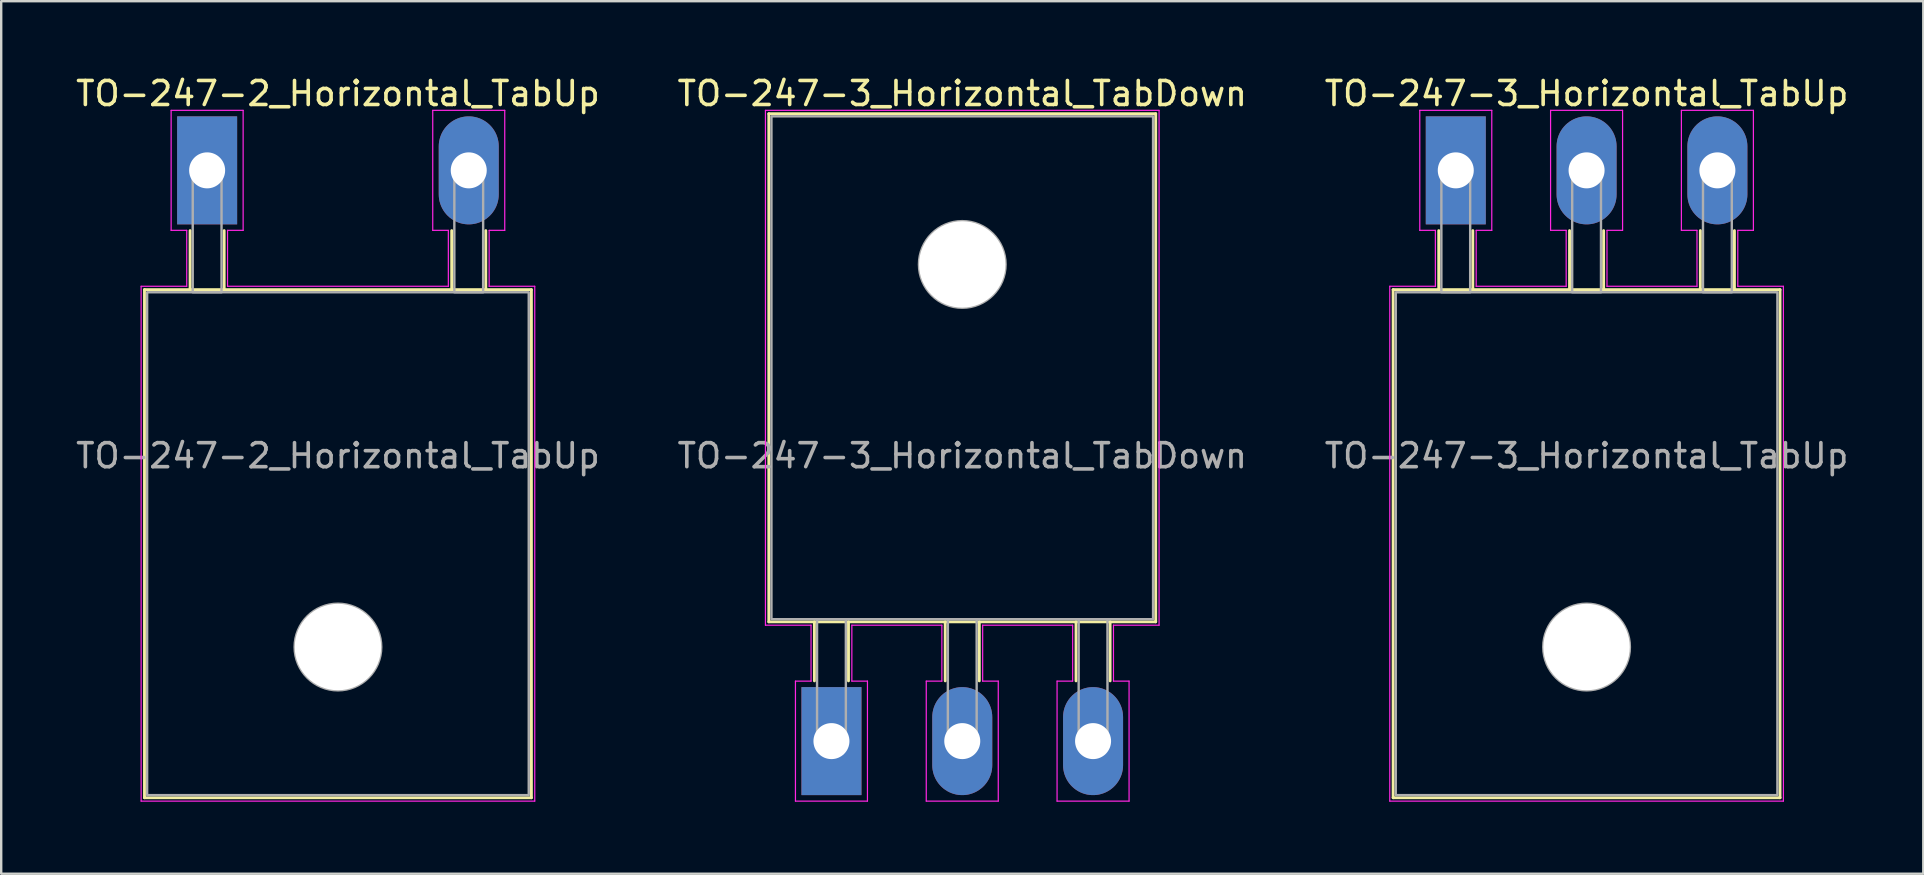
<source format=kicad_pcb>
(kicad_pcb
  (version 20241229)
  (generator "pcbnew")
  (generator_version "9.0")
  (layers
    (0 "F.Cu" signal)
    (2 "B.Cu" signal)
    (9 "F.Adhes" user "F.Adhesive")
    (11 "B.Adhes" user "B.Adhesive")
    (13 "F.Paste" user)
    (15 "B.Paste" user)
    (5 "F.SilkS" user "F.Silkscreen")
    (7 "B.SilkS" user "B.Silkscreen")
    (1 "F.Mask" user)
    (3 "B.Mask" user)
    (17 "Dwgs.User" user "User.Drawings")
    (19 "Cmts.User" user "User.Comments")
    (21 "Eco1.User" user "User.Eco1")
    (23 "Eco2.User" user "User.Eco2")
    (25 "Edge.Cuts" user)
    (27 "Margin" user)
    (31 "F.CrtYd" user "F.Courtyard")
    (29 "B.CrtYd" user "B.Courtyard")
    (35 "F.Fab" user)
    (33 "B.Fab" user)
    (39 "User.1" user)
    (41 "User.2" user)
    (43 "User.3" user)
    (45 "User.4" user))
  (footprint "TO-247-2_Horizontal_TabUp"
    (layer "F.Cu")
    (at 5.58 4.048)
    (property "Reference" "TO-247-2_Horizontal_TabUp" (at 5.45 -3.2 0) (layer "F.SilkS") (effects (font (size 1 1) (thickness 0.15))))
    (attr through_hole)
    (fp_line (start -2.61 4.97) (end -2.61 26.14) (stroke (width 0.12) (type solid)) (layer "F.SilkS"))
    (fp_line (start -2.61 4.97) (end 13.51 4.97) (stroke (width 0.12) (type solid)) (layer "F.SilkS"))
    (fp_line (start -2.61 26.14) (end 13.51 26.14) (stroke (width 0.12) (type solid)) (layer "F.SilkS"))
    (fp_line (start -0.71 4.97) (end -0.71 2.51) (stroke (width 0.12) (type solid)) (layer "F.SilkS"))
    (fp_line (start 0.71 4.97) (end 0.71 2.51) (stroke (width 0.12) (type solid)) (layer "F.SilkS"))
    (fp_line (start 10.19 4.97) (end 10.19 2.51) (stroke (width 0.12) (type solid)) (layer "F.SilkS"))
    (fp_line (start 11.61 4.97) (end 11.61 2.51) (stroke (width 0.12) (type solid)) (layer "F.SilkS"))
    (fp_line (start 13.51 4.97) (end 13.51 26.14) (stroke (width 0.12) (type solid)) (layer "F.SilkS"))
    (fp_line (start -2.75 4.83) (end -0.85 4.83) (stroke (width 0.05) (type solid)) (layer "F.CrtYd"))
    (fp_line (start -2.75 26.28) (end -2.75 4.83) (stroke (width 0.05) (type solid)) (layer "F.CrtYd"))
    (fp_line (start -1.5 -2.5) (end 1.5 -2.5) (stroke (width 0.05) (type solid)) (layer "F.CrtYd"))
    (fp_line (start -1.5 2.5) (end -1.5 -2.5) (stroke (width 0.05) (type solid)) (layer "F.CrtYd"))
    (fp_line (start -0.85 2.5) (end -1.5 2.5) (stroke (width 0.05) (type solid)) (layer "F.CrtYd"))
    (fp_line (start -0.85 4.83) (end -0.85 2.5) (stroke (width 0.05) (type solid)) (layer "F.CrtYd"))
    (fp_line (start 0.85 2.5) (end 0.85 4.83) (stroke (width 0.05) (type solid)) (layer "F.CrtYd"))
    (fp_line (start 0.85 4.83) (end 10.05 4.83) (stroke (width 0.05) (type solid)) (layer "F.CrtYd"))
    (fp_line (start 1.5 -2.5) (end 1.5 2.5) (stroke (width 0.05) (type solid)) (layer "F.CrtYd"))
    (fp_line (start 1.5 2.5) (end 0.85 2.5) (stroke (width 0.05) (type solid)) (layer "F.CrtYd"))
    (fp_line (start 9.4 -2.5) (end 12.4 -2.5) (stroke (width 0.05) (type solid)) (layer "F.CrtYd"))
    (fp_line (start 9.4 2.5) (end 9.4 -2.5) (stroke (width 0.05) (type solid)) (layer "F.CrtYd"))
    (fp_line (start 10.05 2.5) (end 9.4 2.5) (stroke (width 0.05) (type solid)) (layer "F.CrtYd"))
    (fp_line (start 10.05 4.83) (end 10.05 2.5) (stroke (width 0.05) (type solid)) (layer "F.CrtYd"))
    (fp_line (start 11.75 2.5) (end 11.75 4.83) (stroke (width 0.05) (type solid)) (layer "F.CrtYd"))
    (fp_line (start 11.75 4.83) (end 13.65 4.83) (stroke (width 0.05) (type solid)) (layer "F.CrtYd"))
    (fp_line (start 12.4 -2.5) (end 12.4 2.5) (stroke (width 0.05) (type solid)) (layer "F.CrtYd"))
    (fp_line (start 12.4 2.5) (end 11.75 2.5) (stroke (width 0.05) (type solid)) (layer "F.CrtYd"))
    (fp_line (start 13.65 4.83) (end 13.65 26.28) (stroke (width 0.05) (type solid)) (layer "F.CrtYd"))
    (fp_line (start 13.65 26.28) (end -2.75 26.28) (stroke (width 0.05) (type solid)) (layer "F.CrtYd"))
    (fp_rect (start -2.5 5.08) (end 13.4 26.03) (stroke (width 0.1) (type solid)) (fill no) (layer "F.Fab"))
    (fp_rect (start -0.6 5.08) (end 0.6 0) (stroke (width 0.1) (type solid)) (fill no) (layer "F.Fab"))
    (fp_rect (start 10.3 5.08) (end 11.5 0) (stroke (width 0.1) (type solid)) (fill no) (layer "F.Fab"))
    (fp_circle (center 5.45 19.86) (end 7.255 19.86) (stroke (width 0.1) (type solid)) (fill no) (layer "F.Fab"))
    (fp_text user "${REFERENCE}" (at 5.45 11.89 0) (layer "F.Fab") (effects (font (size 1 1) (thickness 0.15))))
    (pad "" np_thru_hole circle (at 5.45 19.86) (size 3.6 3.6) (drill 3.6) (layers "*.Cu" "*.Mask"))
    (pad "1" thru_hole rect (at 0 0) (size 2.5 4.5) (drill 1.5) (layers "*.Cu" "*.Mask"))
    (pad "2" thru_hole oval (at 10.9 0) (size 2.5 4.5) (drill 1.5) (layers "*.Cu" "*.Mask")))
  (footprint "TO-247-3_Horizontal_TabUp"
    (layer "F.Cu")
    (at 57.604 4.048)
    (property "Reference" "TO-247-3_Horizontal_TabUp" (at 5.45 -3.2 0) (layer "F.SilkS") (effects (font (size 1 1) (thickness 0.15))))
    (attr through_hole)
    (fp_line (start -2.61 4.97) (end -2.61 26.14) (stroke (width 0.12) (type solid)) (layer "F.SilkS"))
    (fp_line (start -2.61 4.97) (end 13.51 4.97) (stroke (width 0.12) (type solid)) (layer "F.SilkS"))
    (fp_line (start -2.61 26.14) (end 13.51 26.14) (stroke (width 0.12) (type solid)) (layer "F.SilkS"))
    (fp_line (start -0.71 4.97) (end -0.71 2.51) (stroke (width 0.12) (type solid)) (layer "F.SilkS"))
    (fp_line (start 0.71 4.97) (end 0.71 2.51) (stroke (width 0.12) (type solid)) (layer "F.SilkS"))
    (fp_line (start 4.74 4.97) (end 4.74 2.51) (stroke (width 0.12) (type solid)) (layer "F.SilkS"))
    (fp_line (start 6.16 4.97) (end 6.16 2.51) (stroke (width 0.12) (type solid)) (layer "F.SilkS"))
    (fp_line (start 10.19 4.97) (end 10.19 2.51) (stroke (width 0.12) (type solid)) (layer "F.SilkS"))
    (fp_line (start 11.61 4.97) (end 11.61 2.51) (stroke (width 0.12) (type solid)) (layer "F.SilkS"))
    (fp_line (start 13.51 4.97) (end 13.51 26.14) (stroke (width 0.12) (type solid)) (layer "F.SilkS"))
    (fp_line (start -2.75 4.83) (end -0.85 4.83) (stroke (width 0.05) (type solid)) (layer "F.CrtYd"))
    (fp_line (start -2.75 26.28) (end -2.75 4.83) (stroke (width 0.05) (type solid)) (layer "F.CrtYd"))
    (fp_line (start -1.5 -2.5) (end 1.5 -2.5) (stroke (width 0.05) (type solid)) (layer "F.CrtYd"))
    (fp_line (start -1.5 2.5) (end -1.5 -2.5) (stroke (width 0.05) (type solid)) (layer "F.CrtYd"))
    (fp_line (start -0.85 2.5) (end -1.5 2.5) (stroke (width 0.05) (type solid)) (layer "F.CrtYd"))
    (fp_line (start -0.85 4.83) (end -0.85 2.5) (stroke (width 0.05) (type solid)) (layer "F.CrtYd"))
    (fp_line (start 0.85 2.5) (end 0.85 4.83) (stroke (width 0.05) (type solid)) (layer "F.CrtYd"))
    (fp_line (start 0.85 4.83) (end 4.6 4.83) (stroke (width 0.05) (type solid)) (layer "F.CrtYd"))
    (fp_line (start 1.5 -2.5) (end 1.5 2.5) (stroke (width 0.05) (type solid)) (layer "F.CrtYd"))
    (fp_line (start 1.5 2.5) (end 0.85 2.5) (stroke (width 0.05) (type solid)) (layer "F.CrtYd"))
    (fp_line (start 3.95 -2.5) (end 6.95 -2.5) (stroke (width 0.05) (type solid)) (layer "F.CrtYd"))
    (fp_line (start 3.95 2.5) (end 3.95 -2.5) (stroke (width 0.05) (type solid)) (layer "F.CrtYd"))
    (fp_line (start 4.6 2.5) (end 3.95 2.5) (stroke (width 0.05) (type solid)) (layer "F.CrtYd"))
    (fp_line (start 4.6 4.83) (end 4.6 2.5) (stroke (width 0.05) (type solid)) (layer "F.CrtYd"))
    (fp_line (start 6.3 2.5) (end 6.3 4.83) (stroke (width 0.05) (type solid)) (layer "F.CrtYd"))
    (fp_line (start 6.3 4.83) (end 10.05 4.83) (stroke (width 0.05) (type solid)) (layer "F.CrtYd"))
    (fp_line (start 6.95 -2.5) (end 6.95 2.5) (stroke (width 0.05) (type solid)) (layer "F.CrtYd"))
    (fp_line (start 6.95 2.5) (end 6.3 2.5) (stroke (width 0.05) (type solid)) (layer "F.CrtYd"))
    (fp_line (start 9.4 -2.5) (end 12.4 -2.5) (stroke (width 0.05) (type solid)) (layer "F.CrtYd"))
    (fp_line (start 9.4 2.5) (end 9.4 -2.5) (stroke (width 0.05) (type solid)) (layer "F.CrtYd"))
    (fp_line (start 10.05 2.5) (end 9.4 2.5) (stroke (width 0.05) (type solid)) (layer "F.CrtYd"))
    (fp_line (start 10.05 4.83) (end 10.05 2.5) (stroke (width 0.05) (type solid)) (layer "F.CrtYd"))
    (fp_line (start 11.75 2.5) (end 11.75 4.83) (stroke (width 0.05) (type solid)) (layer "F.CrtYd"))
    (fp_line (start 11.75 4.83) (end 13.65 4.83) (stroke (width 0.05) (type solid)) (layer "F.CrtYd"))
    (fp_line (start 12.4 -2.5) (end 12.4 2.5) (stroke (width 0.05) (type solid)) (layer "F.CrtYd"))
    (fp_line (start 12.4 2.5) (end 11.75 2.5) (stroke (width 0.05) (type solid)) (layer "F.CrtYd"))
    (fp_line (start 13.65 4.83) (end 13.65 26.28) (stroke (width 0.05) (type solid)) (layer "F.CrtYd"))
    (fp_line (start 13.65 26.28) (end -2.75 26.28) (stroke (width 0.05) (type solid)) (layer "F.CrtYd"))
    (fp_rect (start -2.5 5.08) (end 13.4 26.03) (stroke (width 0.1) (type solid)) (fill no) (layer "F.Fab"))
    (fp_rect (start -0.6 5.08) (end 0.6 0) (stroke (width 0.1) (type solid)) (fill no) (layer "F.Fab"))
    (fp_rect (start 4.85 5.08) (end 6.05 0) (stroke (width 0.1) (type solid)) (fill no) (layer "F.Fab"))
    (fp_rect (start 10.3 5.08) (end 11.5 0) (stroke (width 0.1) (type solid)) (fill no) (layer "F.Fab"))
    (fp_circle (center 5.45 19.86) (end 7.255 19.86) (stroke (width 0.1) (type solid)) (fill no) (layer "F.Fab"))
    (fp_text user "${REFERENCE}" (at 5.45 11.89 0) (layer "F.Fab") (effects (font (size 1 1) (thickness 0.15))))
    (pad "" np_thru_hole circle (at 5.45 19.86) (size 3.6 3.6) (drill 3.6) (layers "*.Cu" "*.Mask"))
    (pad "1" thru_hole rect (at 0 0) (size 2.5 4.5) (drill 1.5) (layers "*.Cu" "*.Mask"))
    (pad "2" thru_hole oval (at 5.45 0) (size 2.5 4.5) (drill 1.5) (layers "*.Cu" "*.Mask"))
    (pad "3" thru_hole oval (at 10.9 0) (size 2.5 4.5) (drill 1.5) (layers "*.Cu" "*.Mask")))
  (footprint "TO-247-3_Horizontal_TabDown"
    (layer "F.Cu")
    (at 31.592 27.828)
    (property "Reference" "TO-247-3_Horizontal_TabDown" (at 5.45 -26.98 0) (layer "F.SilkS") (effects (font (size 1 1) (thickness 0.15))))
    (attr through_hole)
    (fp_line (start -2.61 -26.14) (end 13.51 -26.14) (stroke (width 0.12) (type solid)) (layer "F.SilkS"))
    (fp_line (start -2.61 -4.97) (end -2.61 -26.14) (stroke (width 0.12) (type solid)) (layer "F.SilkS"))
    (fp_line (start -2.61 -4.97) (end 13.51 -4.97) (stroke (width 0.12) (type solid)) (layer "F.SilkS"))
    (fp_line (start -0.71 -4.97) (end -0.71 -2.51) (stroke (width 0.12) (type solid)) (layer "F.SilkS"))
    (fp_line (start 0.71 -4.97) (end 0.71 -2.51) (stroke (width 0.12) (type solid)) (layer "F.SilkS"))
    (fp_line (start 4.74 -4.97) (end 4.74 -2.51) (stroke (width 0.12) (type solid)) (layer "F.SilkS"))
    (fp_line (start 6.16 -4.97) (end 6.16 -2.51) (stroke (width 0.12) (type solid)) (layer "F.SilkS"))
    (fp_line (start 10.19 -4.97) (end 10.19 -2.51) (stroke (width 0.12) (type solid)) (layer "F.SilkS"))
    (fp_line (start 11.61 -4.97) (end 11.61 -2.51) (stroke (width 0.12) (type solid)) (layer "F.SilkS"))
    (fp_line (start 13.51 -4.97) (end 13.51 -26.14) (stroke (width 0.12) (type solid)) (layer "F.SilkS"))
    (fp_line (start -2.75 -26.28) (end 13.65 -26.28) (stroke (width 0.05) (type solid)) (layer "F.CrtYd"))
    (fp_line (start -2.75 -4.83) (end -2.75 -26.28) (stroke (width 0.05) (type solid)) (layer "F.CrtYd"))
    (fp_line (start -1.5 -2.5) (end -0.85 -2.5) (stroke (width 0.05) (type solid)) (layer "F.CrtYd"))
    (fp_line (start -1.5 2.5) (end -1.5 -2.5) (stroke (width 0.05) (type solid)) (layer "F.CrtYd"))
    (fp_line (start -0.85 -4.83) (end -2.75 -4.83) (stroke (width 0.05) (type solid)) (layer "F.CrtYd"))
    (fp_line (start -0.85 -2.5) (end -0.85 -4.83) (stroke (width 0.05) (type solid)) (layer "F.CrtYd"))
    (fp_line (start 0.85 -4.83) (end 0.85 -2.5) (stroke (width 0.05) (type solid)) (layer "F.CrtYd"))
    (fp_line (start 0.85 -2.5) (end 1.5 -2.5) (stroke (width 0.05) (type solid)) (layer "F.CrtYd"))
    (fp_line (start 1.5 -2.5) (end 1.5 2.5) (stroke (width 0.05) (type solid)) (layer "F.CrtYd"))
    (fp_line (start 1.5 2.5) (end -1.5 2.5) (stroke (width 0.05) (type solid)) (layer "F.CrtYd"))
    (fp_line (start 3.95 -2.5) (end 4.6 -2.5) (stroke (width 0.05) (type solid)) (layer "F.CrtYd"))
    (fp_line (start 3.95 2.5) (end 3.95 -2.5) (stroke (width 0.05) (type solid)) (layer "F.CrtYd"))
    (fp_line (start 4.6 -4.83) (end 0.85 -4.83) (stroke (width 0.05) (type solid)) (layer "F.CrtYd"))
    (fp_line (start 4.6 -2.5) (end 4.6 -4.83) (stroke (width 0.05) (type solid)) (layer "F.CrtYd"))
    (fp_line (start 6.3 -4.83) (end 6.3 -2.5) (stroke (width 0.05) (type solid)) (layer "F.CrtYd"))
    (fp_line (start 6.3 -2.5) (end 6.95 -2.5) (stroke (width 0.05) (type solid)) (layer "F.CrtYd"))
    (fp_line (start 6.95 -2.5) (end 6.95 2.5) (stroke (width 0.05) (type solid)) (layer "F.CrtYd"))
    (fp_line (start 6.95 2.5) (end 3.95 2.5) (stroke (width 0.05) (type solid)) (layer "F.CrtYd"))
    (fp_line (start 9.4 -2.5) (end 10.05 -2.5) (stroke (width 0.05) (type solid)) (layer "F.CrtYd"))
    (fp_line (start 9.4 2.5) (end 9.4 -2.5) (stroke (width 0.05) (type solid)) (layer "F.CrtYd"))
    (fp_line (start 10.05 -4.83) (end 6.3 -4.83) (stroke (width 0.05) (type solid)) (layer "F.CrtYd"))
    (fp_line (start 10.05 -2.5) (end 10.05 -4.83) (stroke (width 0.05) (type solid)) (layer "F.CrtYd"))
    (fp_line (start 11.75 -4.83) (end 11.75 -2.5) (stroke (width 0.05) (type solid)) (layer "F.CrtYd"))
    (fp_line (start 11.75 -2.5) (end 12.4 -2.5) (stroke (width 0.05) (type solid)) (layer "F.CrtYd"))
    (fp_line (start 12.4 -2.5) (end 12.4 2.5) (stroke (width 0.05) (type solid)) (layer "F.CrtYd"))
    (fp_line (start 12.4 2.5) (end 9.4 2.5) (stroke (width 0.05) (type solid)) (layer "F.CrtYd"))
    (fp_line (start 13.65 -26.28) (end 13.65 -4.83) (stroke (width 0.05) (type solid)) (layer "F.CrtYd"))
    (fp_line (start 13.65 -4.83) (end 11.75 -4.83) (stroke (width 0.05) (type solid)) (layer "F.CrtYd"))
    (fp_rect (start -2.5 -5.08) (end 13.4 -26.03) (stroke (width 0.1) (type solid)) (fill no) (layer "F.Fab"))
    (fp_rect (start -0.6 -5.08) (end 0.6 0) (stroke (width 0.1) (type solid)) (fill no) (layer "F.Fab"))
    (fp_rect (start 4.85 -5.08) (end 6.05 0) (stroke (width 0.1) (type solid)) (fill no) (layer "F.Fab"))
    (fp_rect (start 10.3 -5.08) (end 11.5 0) (stroke (width 0.1) (type solid)) (fill no) (layer "F.Fab"))
    (fp_circle (center 5.45 -19.86) (end 7.255 -19.86) (stroke (width 0.1) (type solid)) (fill no) (layer "F.Fab"))
    (fp_text user "${REFERENCE}" (at 5.45 -11.89 0) (layer "F.Fab") (effects (font (size 1 1) (thickness 0.15))))
    (pad "" np_thru_hole circle (at 5.45 -19.86) (size 3.6 3.6) (drill 3.6) (layers "*.Cu" "*.Mask"))
    (pad "1" thru_hole rect (at 0 0) (size 2.5 4.5) (drill 1.5) (layers "*.Cu" "*.Mask"))
    (pad "2" thru_hole oval (at 5.45 0) (size 2.5 4.5) (drill 1.5) (layers "*.Cu" "*.Mask"))
    (pad "3" thru_hole oval (at 10.9 0) (size 2.5 4.5) (drill 1.5) (layers "*.Cu" "*.Mask")))
  (gr_rect
    (start -3 -3)
    (end 77.083 33.353)
    (stroke (width 0.1) (type default))
    (fill no)
    (layer "Edge.Cuts")))
</source>
